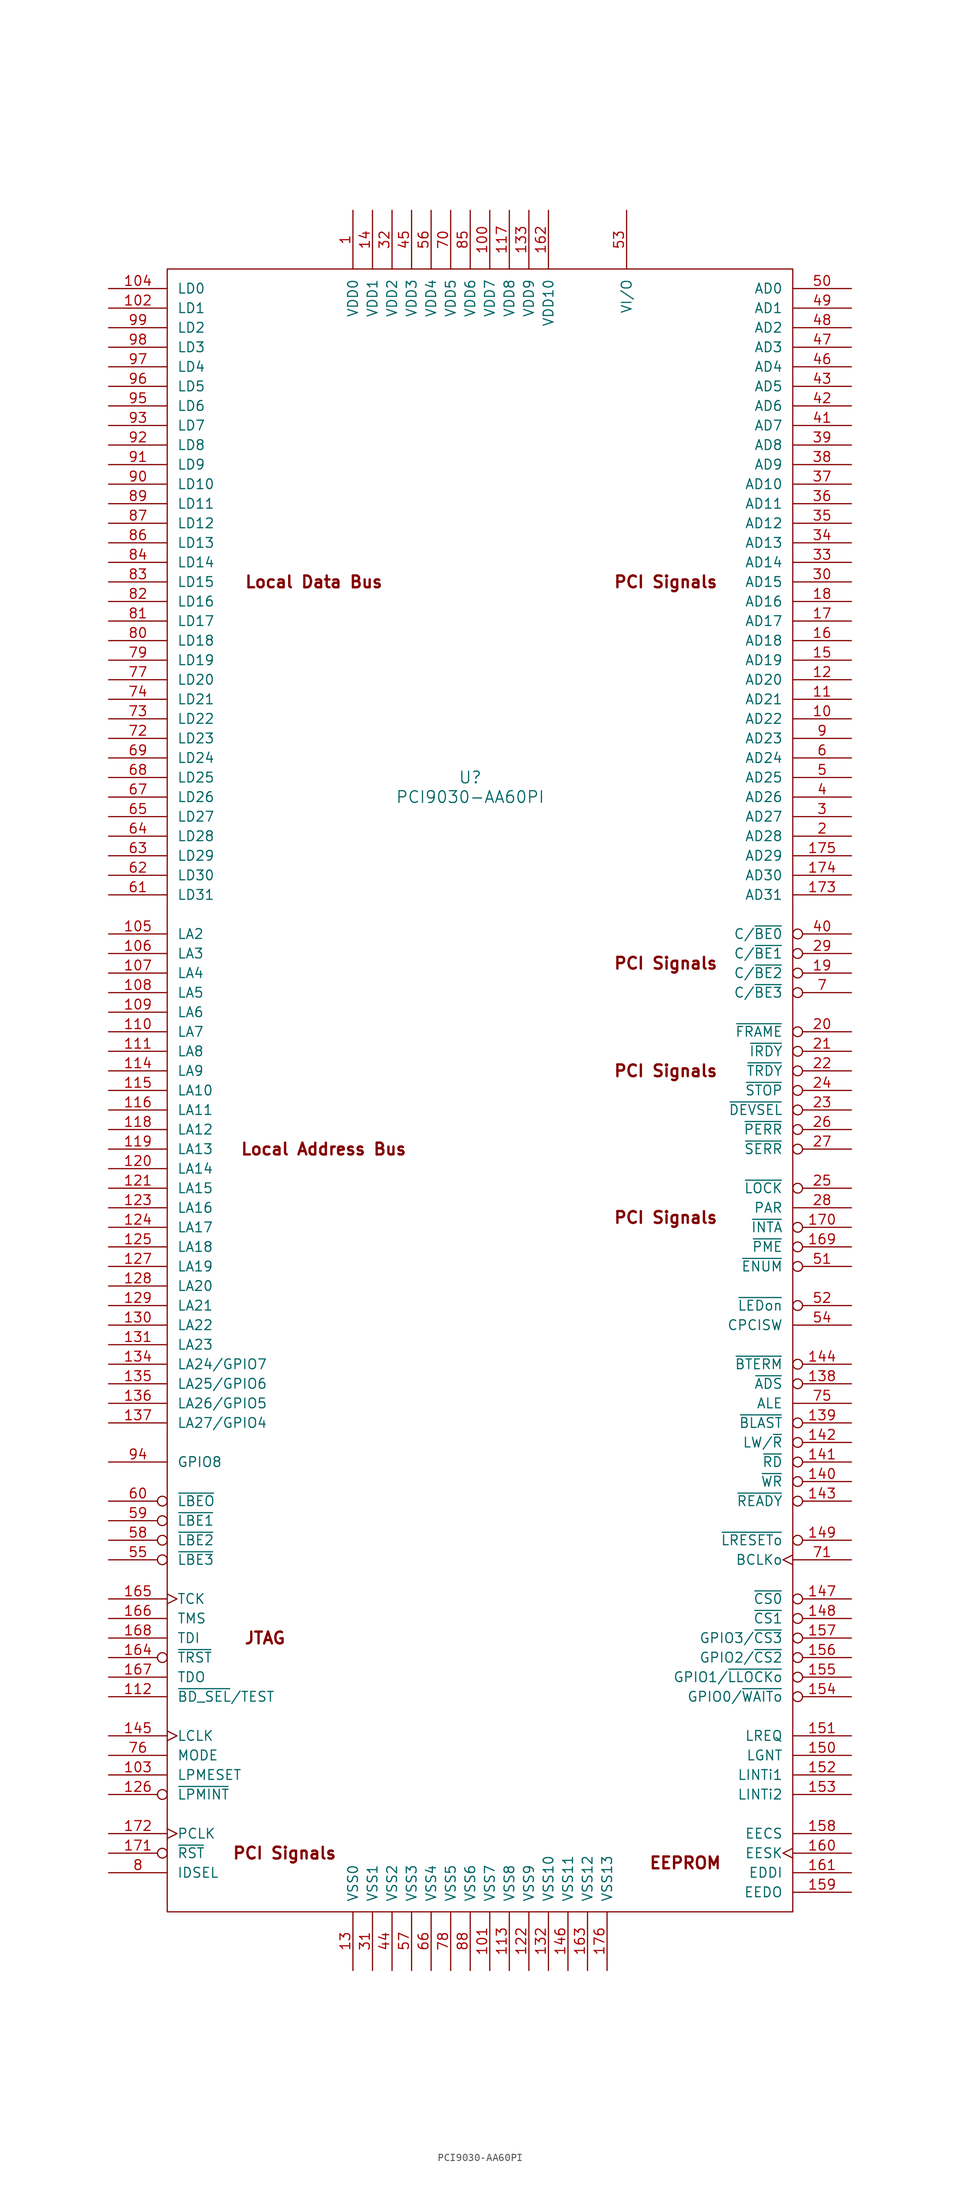
<source format=kicad_sym>
(kicad_symbol_lib
  (version 20220914)
  (generator kicad_symbol_editor)
  (symbol "PCI9030-AA60PI"
    (pin_names
      (offset 1.27))
    (property "Reference" "U"
      (at 46.99 -63.5 0)
      (effects (font (size 1.524 1.524))))
    (property "Value" "PCI9030-AA60PI"
      (at 46.99 -66.04 0)
      (effects (font (size 1.524 1.524))))
    (symbol "PCI9030-AA60PI_0_0"
      (text "EEPROM" (at 74.93 -204.47 0) (effects (font (size 1.524 1.524) bold)))
      (text "JTAG" (at 20.32 -175.26 0) (effects (font (size 1.524 1.524) bold)))
      (text "Local Address Bus" (at 27.94 -111.76 0) (effects (font (size 1.524 1.524) bold)))
      (text "Local Data Bus" (at 26.67 -38.1 0) (effects (font (size 1.524 1.524) bold)))
      (text "PCI Signals" (at 22.86 -203.2 0) (effects (font (size 1.524 1.524) bold)))
      (text "PCI Signals" (at 72.39 -120.65 0) (effects (font (size 1.524 1.524) bold)))
      (text "PCI Signals" (at 72.39 -101.6 0) (effects (font (size 1.524 1.524) bold)))
      (text "PCI Signals" (at 72.39 -87.63 0) (effects (font (size 1.524 1.524) bold)))
      (text "PCI Signals" (at 72.39 -38.1 0) (effects (font (size 1.524 1.524) bold))))
    (symbol "PCI9030-AA60PI_0_1"
      (rectangle (start 7.62 2.54) (end 88.9 -210.82) (stroke (width 0) (type default)) (fill (type none)))
      (rectangle (start 88.9 -210.82) (end 88.9 -210.82) (stroke (width 0) (type default)) (fill (type none))))
    (symbol "PCI9030-AA60PI_1_1"
      (pin power_in line (at 31.75 10.16 270) (length 7.62) (name "VDD0" (effects (font (size 1.27 1.27)))) (number "1" (effects (font (size 1.27 1.27)))))
      (pin bidirectional line (at 96.52 -55.88 180) (length 7.62) (name "AD22" (effects (font (size 1.27 1.27)))) (number "10" (effects (font (size 1.27 1.27)))))
      (pin power_in line (at 49.53 10.16 270) (length 7.62) (name "VDD7" (effects (font (size 1.27 1.27)))) (number "100" (effects (font (size 1.27 1.27)))))
      (pin power_in line (at 49.53 -218.44 90) (length 7.62) (name "VSS7" (effects (font (size 1.27 1.27)))) (number "101" (effects (font (size 1.27 1.27)))))
      (pin bidirectional line (at 0 -2.54 0) (length 7.62) (name "LD1" (effects (font (size 1.27 1.27)))) (number "102" (effects (font (size 1.27 1.27)))))
      (pin input line (at 0 -193.04 0) (length 7.62) (name "LPMESET" (effects (font (size 1.27 1.27)))) (number "103" (effects (font (size 1.27 1.27)))))
      (pin bidirectional line (at 0 0 0) (length 7.62) (name "LD0" (effects (font (size 1.27 1.27)))) (number "104" (effects (font (size 1.27 1.27)))))
      (pin output line (at 0 -83.82 0) (length 7.62) (name "LA2" (effects (font (size 1.27 1.27)))) (number "105" (effects (font (size 1.27 1.27)))))
      (pin output line (at 0 -86.36 0) (length 7.62) (name "LA3" (effects (font (size 1.27 1.27)))) (number "106" (effects (font (size 1.27 1.27)))))
      (pin output line (at 0 -88.9 0) (length 7.62) (name "LA4" (effects (font (size 1.27 1.27)))) (number "107" (effects (font (size 1.27 1.27)))))
      (pin output line (at 0 -91.44 0) (length 7.62) (name "LA5" (effects (font (size 1.27 1.27)))) (number "108" (effects (font (size 1.27 1.27)))))
      (pin output line (at 0 -93.98 0) (length 7.62) (name "LA6" (effects (font (size 1.27 1.27)))) (number "109" (effects (font (size 1.27 1.27)))))
      (pin bidirectional line (at 96.52 -53.34 180) (length 7.62) (name "AD21" (effects (font (size 1.27 1.27)))) (number "11" (effects (font (size 1.27 1.27)))))
      (pin output line (at 0 -96.52 0) (length 7.62) (name "LA7" (effects (font (size 1.27 1.27)))) (number "110" (effects (font (size 1.27 1.27)))))
      (pin output line (at 0 -99.06 0) (length 7.62) (name "LA8" (effects (font (size 1.27 1.27)))) (number "111" (effects (font (size 1.27 1.27)))))
      (pin input line (at 0 -182.88 0) (length 7.62) (name "~{BD_SEL}/TEST" (effects (font (size 1.27 1.27)))) (number "112" (effects (font (size 1.27 1.27)))))
      (pin power_in line (at 52.07 -218.44 90) (length 7.62) (name "VSS8" (effects (font (size 1.27 1.27)))) (number "113" (effects (font (size 1.27 1.27)))))
      (pin output line (at 0 -101.6 0) (length 7.62) (name "LA9" (effects (font (size 1.27 1.27)))) (number "114" (effects (font (size 1.27 1.27)))))
      (pin output line (at 0 -104.14 0) (length 7.62) (name "LA10" (effects (font (size 1.27 1.27)))) (number "115" (effects (font (size 1.27 1.27)))))
      (pin output line (at 0 -106.68 0) (length 7.62) (name "LA11" (effects (font (size 1.27 1.27)))) (number "116" (effects (font (size 1.27 1.27)))))
      (pin power_in line (at 52.07 10.16 270) (length 7.62) (name "VDD8" (effects (font (size 1.27 1.27)))) (number "117" (effects (font (size 1.27 1.27)))))
      (pin output line (at 0 -109.22 0) (length 7.62) (name "LA12" (effects (font (size 1.27 1.27)))) (number "118" (effects (font (size 1.27 1.27)))))
      (pin output line (at 0 -111.76 0) (length 7.62) (name "LA13" (effects (font (size 1.27 1.27)))) (number "119" (effects (font (size 1.27 1.27)))))
      (pin bidirectional line (at 96.52 -50.8 180) (length 7.62) (name "AD20" (effects (font (size 1.27 1.27)))) (number "12" (effects (font (size 1.27 1.27)))))
      (pin output line (at 0 -114.3 0) (length 7.62) (name "LA14" (effects (font (size 1.27 1.27)))) (number "120" (effects (font (size 1.27 1.27)))))
      (pin output line (at 0 -116.84 0) (length 7.62) (name "LA15" (effects (font (size 1.27 1.27)))) (number "121" (effects (font (size 1.27 1.27)))))
      (pin power_in line (at 54.61 -218.44 90) (length 7.62) (name "VSS9" (effects (font (size 1.27 1.27)))) (number "122" (effects (font (size 1.27 1.27)))))
      (pin output line (at 0 -119.38 0) (length 7.62) (name "LA16" (effects (font (size 1.27 1.27)))) (number "123" (effects (font (size 1.27 1.27)))))
      (pin output line (at 0 -121.92 0) (length 7.62) (name "LA17" (effects (font (size 1.27 1.27)))) (number "124" (effects (font (size 1.27 1.27)))))
      (pin output line (at 0 -124.46 0) (length 7.62) (name "LA18" (effects (font (size 1.27 1.27)))) (number "125" (effects (font (size 1.27 1.27)))))
      (pin output inverted (at 0 -195.58 0) (length 7.62) (name "~{LPMINT}" (effects (font (size 1.27 1.27)))) (number "126" (effects (font (size 1.27 1.27)))))
      (pin output line (at 0 -127 0) (length 7.62) (name "LA19" (effects (font (size 1.27 1.27)))) (number "127" (effects (font (size 1.27 1.27)))))
      (pin output line (at 0 -129.54 0) (length 7.62) (name "LA20" (effects (font (size 1.27 1.27)))) (number "128" (effects (font (size 1.27 1.27)))))
      (pin output line (at 0 -132.08 0) (length 7.62) (name "LA21" (effects (font (size 1.27 1.27)))) (number "129" (effects (font (size 1.27 1.27)))))
      (pin power_in line (at 31.75 -218.44 90) (length 7.62) (name "VSS0" (effects (font (size 1.27 1.27)))) (number "13" (effects (font (size 1.27 1.27)))))
      (pin output line (at 0 -134.62 0) (length 7.62) (name "LA22" (effects (font (size 1.27 1.27)))) (number "130" (effects (font (size 1.27 1.27)))))
      (pin output line (at 0 -137.16 0) (length 7.62) (name "LA23" (effects (font (size 1.27 1.27)))) (number "131" (effects (font (size 1.27 1.27)))))
      (pin power_in line (at 57.15 -218.44 90) (length 7.62) (name "VSS10" (effects (font (size 1.27 1.27)))) (number "132" (effects (font (size 1.27 1.27)))))
      (pin power_in line (at 54.61 10.16 270) (length 7.62) (name "VDD9" (effects (font (size 1.27 1.27)))) (number "133" (effects (font (size 1.27 1.27)))))
      (pin output line (at 0 -139.7 0) (length 7.62) (name "LA24/GPIO7" (effects (font (size 1.27 1.27)))) (number "134" (effects (font (size 1.27 1.27)))))
      (pin output line (at 0 -142.24 0) (length 7.62) (name "LA25/GPIO6" (effects (font (size 1.27 1.27)))) (number "135" (effects (font (size 1.27 1.27)))))
      (pin output line (at 0 -144.78 0) (length 7.62) (name "LA26/GPIO5" (effects (font (size 1.27 1.27)))) (number "136" (effects (font (size 1.27 1.27)))))
      (pin output line (at 0 -147.32 0) (length 7.62) (name "LA27/GPIO4" (effects (font (size 1.27 1.27)))) (number "137" (effects (font (size 1.27 1.27)))))
      (pin output inverted (at 96.52 -142.24 180) (length 7.62) (name "~{ADS}" (effects (font (size 1.27 1.27)))) (number "138" (effects (font (size 1.27 1.27)))))
      (pin output inverted (at 96.52 -147.32 180) (length 7.62) (name "~{BLAST}" (effects (font (size 1.27 1.27)))) (number "139" (effects (font (size 1.27 1.27)))))
      (pin power_in line (at 34.29 10.16 270) (length 7.62) (name "VDD1" (effects (font (size 1.27 1.27)))) (number "14" (effects (font (size 1.27 1.27)))))
      (pin output inverted (at 96.52 -154.94 180) (length 7.62) (name "~{WR}" (effects (font (size 1.27 1.27)))) (number "140" (effects (font (size 1.27 1.27)))))
      (pin output inverted (at 96.52 -152.4 180) (length 7.62) (name "~{RD}" (effects (font (size 1.27 1.27)))) (number "141" (effects (font (size 1.27 1.27)))))
      (pin output inverted (at 96.52 -149.86 180) (length 7.62) (name "LW/~{R}" (effects (font (size 1.27 1.27)))) (number "142" (effects (font (size 1.27 1.27)))))
      (pin input inverted (at 96.52 -157.48 180) (length 7.62) (name "~{READY}" (effects (font (size 1.27 1.27)))) (number "143" (effects (font (size 1.27 1.27)))))
      (pin input inverted (at 96.52 -139.7 180) (length 7.62) (name "~{BTERM}" (effects (font (size 1.27 1.27)))) (number "144" (effects (font (size 1.27 1.27)))))
      (pin input clock (at 0 -187.96 0) (length 7.62) (name "LCLK" (effects (font (size 1.27 1.27)))) (number "145" (effects (font (size 1.27 1.27)))))
      (pin power_in line (at 59.69 -218.44 90) (length 7.62) (name "VSS11" (effects (font (size 1.27 1.27)))) (number "146" (effects (font (size 1.27 1.27)))))
      (pin output inverted (at 96.52 -170.18 180) (length 7.62) (name "~{CS0}" (effects (font (size 1.27 1.27)))) (number "147" (effects (font (size 1.27 1.27)))))
      (pin output inverted (at 96.52 -172.72 180) (length 7.62) (name "~{CS1}" (effects (font (size 1.27 1.27)))) (number "148" (effects (font (size 1.27 1.27)))))
      (pin output inverted (at 96.52 -162.56 180) (length 7.62) (name "~{LRESETo}" (effects (font (size 1.27 1.27)))) (number "149" (effects (font (size 1.27 1.27)))))
      (pin bidirectional line (at 96.52 -48.26 180) (length 7.62) (name "AD19" (effects (font (size 1.27 1.27)))) (number "15" (effects (font (size 1.27 1.27)))))
      (pin output line (at 96.52 -190.5 180) (length 7.62) (name "LGNT" (effects (font (size 1.27 1.27)))) (number "150" (effects (font (size 1.27 1.27)))))
      (pin input line (at 96.52 -187.96 180) (length 7.62) (name "LREQ" (effects (font (size 1.27 1.27)))) (number "151" (effects (font (size 1.27 1.27)))))
      (pin input line (at 96.52 -193.04 180) (length 7.62) (name "LINTi1" (effects (font (size 1.27 1.27)))) (number "152" (effects (font (size 1.27 1.27)))))
      (pin input line (at 96.52 -195.58 180) (length 7.62) (name "LINTi2" (effects (font (size 1.27 1.27)))) (number "153" (effects (font (size 1.27 1.27)))))
      (pin bidirectional inverted (at 96.52 -182.88 180) (length 7.62) (name "GPIO0/~{WAITo}" (effects (font (size 1.27 1.27)))) (number "154" (effects (font (size 1.27 1.27)))))
      (pin bidirectional inverted (at 96.52 -180.34 180) (length 7.62) (name "GPIO1/~{LLOCKo}" (effects (font (size 1.27 1.27)))) (number "155" (effects (font (size 1.27 1.27)))))
      (pin bidirectional inverted (at 96.52 -177.8 180) (length 7.62) (name "GPIO2/~{CS2}" (effects (font (size 1.27 1.27)))) (number "156" (effects (font (size 1.27 1.27)))))
      (pin bidirectional inverted (at 96.52 -175.26 180) (length 7.62) (name "GPIO3/~{CS3}" (effects (font (size 1.27 1.27)))) (number "157" (effects (font (size 1.27 1.27)))))
      (pin output line (at 96.52 -200.66 180) (length 7.62) (name "EECS" (effects (font (size 1.27 1.27)))) (number "158" (effects (font (size 1.27 1.27)))))
      (pin input line (at 96.52 -208.28 180) (length 7.62) (name "EEDO" (effects (font (size 1.27 1.27)))) (number "159" (effects (font (size 1.27 1.27)))))
      (pin bidirectional line (at 96.52 -45.72 180) (length 7.62) (name "AD18" (effects (font (size 1.27 1.27)))) (number "16" (effects (font (size 1.27 1.27)))))
      (pin output clock (at 96.52 -203.2 180) (length 7.62) (name "EESK" (effects (font (size 1.27 1.27)))) (number "160" (effects (font (size 1.27 1.27)))))
      (pin output line (at 96.52 -205.74 180) (length 7.62) (name "EDDI" (effects (font (size 1.27 1.27)))) (number "161" (effects (font (size 1.27 1.27)))))
      (pin power_in line (at 57.15 10.16 270) (length 7.62) (name "VDD10" (effects (font (size 1.27 1.27)))) (number "162" (effects (font (size 1.27 1.27)))))
      (pin power_in line (at 62.23 -218.44 90) (length 7.62) (name "VSS12" (effects (font (size 1.27 1.27)))) (number "163" (effects (font (size 1.27 1.27)))))
      (pin input inverted (at 0 -177.8 0) (length 7.62) (name "~{TRST}" (effects (font (size 1.27 1.27)))) (number "164" (effects (font (size 1.27 1.27)))))
      (pin input clock (at 0 -170.18 0) (length 7.62) (name "TCK" (effects (font (size 1.27 1.27)))) (number "165" (effects (font (size 1.27 1.27)))))
      (pin input line (at 0 -172.72 0) (length 7.62) (name "TMS" (effects (font (size 1.27 1.27)))) (number "166" (effects (font (size 1.27 1.27)))))
      (pin output line (at 0 -180.34 0) (length 7.62) (name "TDO" (effects (font (size 1.27 1.27)))) (number "167" (effects (font (size 1.27 1.27)))))
      (pin input line (at 0 -175.26 0) (length 7.62) (name "TDI" (effects (font (size 1.27 1.27)))) (number "168" (effects (font (size 1.27 1.27)))))
      (pin output inverted (at 96.52 -124.46 180) (length 7.62) (name "~{PME}" (effects (font (size 1.27 1.27)))) (number "169" (effects (font (size 1.27 1.27)))))
      (pin bidirectional line (at 96.52 -43.18 180) (length 7.62) (name "AD17" (effects (font (size 1.27 1.27)))) (number "17" (effects (font (size 1.27 1.27)))))
      (pin output inverted (at 96.52 -121.92 180) (length 7.62) (name "~{INTA}" (effects (font (size 1.27 1.27)))) (number "170" (effects (font (size 1.27 1.27)))))
      (pin input inverted (at 0 -203.2 0) (length 7.62) (name "~{RST}" (effects (font (size 1.27 1.27)))) (number "171" (effects (font (size 1.27 1.27)))))
      (pin input clock (at 0 -200.66 0) (length 7.62) (name "PCLK" (effects (font (size 1.27 1.27)))) (number "172" (effects (font (size 1.27 1.27)))))
      (pin bidirectional line (at 96.52 -78.74 180) (length 7.62) (name "AD31" (effects (font (size 1.27 1.27)))) (number "173" (effects (font (size 1.27 1.27)))))
      (pin bidirectional line (at 96.52 -76.2 180) (length 7.62) (name "AD30" (effects (font (size 1.27 1.27)))) (number "174" (effects (font (size 1.27 1.27)))))
      (pin bidirectional line (at 96.52 -73.66 180) (length 7.62) (name "AD29" (effects (font (size 1.27 1.27)))) (number "175" (effects (font (size 1.27 1.27)))))
      (pin power_in line (at 64.77 -218.44 90) (length 7.62) (name "VSS13" (effects (font (size 1.27 1.27)))) (number "176" (effects (font (size 1.27 1.27)))))
      (pin bidirectional line (at 96.52 -40.64 180) (length 7.62) (name "AD16" (effects (font (size 1.27 1.27)))) (number "18" (effects (font (size 1.27 1.27)))))
      (pin input inverted (at 96.52 -88.9 180) (length 7.62) (name "C/~{BE2}" (effects (font (size 1.27 1.27)))) (number "19" (effects (font (size 1.27 1.27)))))
      (pin bidirectional line (at 96.52 -71.12 180) (length 7.62) (name "AD28" (effects (font (size 1.27 1.27)))) (number "2" (effects (font (size 1.27 1.27)))))
      (pin input inverted (at 96.52 -96.52 180) (length 7.62) (name "~{FRAME}" (effects (font (size 1.27 1.27)))) (number "20" (effects (font (size 1.27 1.27)))))
      (pin input inverted (at 96.52 -99.06 180) (length 7.62) (name "~{IRDY}" (effects (font (size 1.27 1.27)))) (number "21" (effects (font (size 1.27 1.27)))))
      (pin output inverted (at 96.52 -101.6 180) (length 7.62) (name "~{TRDY}" (effects (font (size 1.27 1.27)))) (number "22" (effects (font (size 1.27 1.27)))))
      (pin output inverted (at 96.52 -106.68 180) (length 7.62) (name "~{DEVSEL}" (effects (font (size 1.27 1.27)))) (number "23" (effects (font (size 1.27 1.27)))))
      (pin output inverted (at 96.52 -104.14 180) (length 7.62) (name "~{STOP}" (effects (font (size 1.27 1.27)))) (number "24" (effects (font (size 1.27 1.27)))))
      (pin input inverted (at 96.52 -116.84 180) (length 7.62) (name "~{LOCK}" (effects (font (size 1.27 1.27)))) (number "25" (effects (font (size 1.27 1.27)))))
      (pin output inverted (at 96.52 -109.22 180) (length 7.62) (name "~{PERR}" (effects (font (size 1.27 1.27)))) (number "26" (effects (font (size 1.27 1.27)))))
      (pin output inverted (at 96.52 -111.76 180) (length 7.62) (name "~{SERR}" (effects (font (size 1.27 1.27)))) (number "27" (effects (font (size 1.27 1.27)))))
      (pin bidirectional line (at 96.52 -119.38 180) (length 7.62) (name "PAR" (effects (font (size 1.27 1.27)))) (number "28" (effects (font (size 1.27 1.27)))))
      (pin input inverted (at 96.52 -86.36 180) (length 7.62) (name "C/~{BE1}" (effects (font (size 1.27 1.27)))) (number "29" (effects (font (size 1.27 1.27)))))
      (pin bidirectional line (at 96.52 -68.58 180) (length 7.62) (name "AD27" (effects (font (size 1.27 1.27)))) (number "3" (effects (font (size 1.27 1.27)))))
      (pin bidirectional line (at 96.52 -38.1 180) (length 7.62) (name "AD15" (effects (font (size 1.27 1.27)))) (number "30" (effects (font (size 1.27 1.27)))))
      (pin power_in line (at 34.29 -218.44 90) (length 7.62) (name "VSS1" (effects (font (size 1.27 1.27)))) (number "31" (effects (font (size 1.27 1.27)))))
      (pin power_in line (at 36.83 10.16 270) (length 7.62) (name "VDD2" (effects (font (size 1.27 1.27)))) (number "32" (effects (font (size 1.27 1.27)))))
      (pin bidirectional line (at 96.52 -35.56 180) (length 7.62) (name "AD14" (effects (font (size 1.27 1.27)))) (number "33" (effects (font (size 1.27 1.27)))))
      (pin bidirectional line (at 96.52 -33.02 180) (length 7.62) (name "AD13" (effects (font (size 1.27 1.27)))) (number "34" (effects (font (size 1.27 1.27)))))
      (pin bidirectional line (at 96.52 -30.48 180) (length 7.62) (name "AD12" (effects (font (size 1.27 1.27)))) (number "35" (effects (font (size 1.27 1.27)))))
      (pin bidirectional line (at 96.52 -27.94 180) (length 7.62) (name "AD11" (effects (font (size 1.27 1.27)))) (number "36" (effects (font (size 1.27 1.27)))))
      (pin bidirectional line (at 96.52 -25.4 180) (length 7.62) (name "AD10" (effects (font (size 1.27 1.27)))) (number "37" (effects (font (size 1.27 1.27)))))
      (pin bidirectional line (at 96.52 -22.86 180) (length 7.62) (name "AD9" (effects (font (size 1.27 1.27)))) (number "38" (effects (font (size 1.27 1.27)))))
      (pin bidirectional line (at 96.52 -20.32 180) (length 7.62) (name "AD8" (effects (font (size 1.27 1.27)))) (number "39" (effects (font (size 1.27 1.27)))))
      (pin bidirectional line (at 96.52 -66.04 180) (length 7.62) (name "AD26" (effects (font (size 1.27 1.27)))) (number "4" (effects (font (size 1.27 1.27)))))
      (pin input inverted (at 96.52 -83.82 180) (length 7.62) (name "C/~{BE0}" (effects (font (size 1.27 1.27)))) (number "40" (effects (font (size 1.27 1.27)))))
      (pin bidirectional line (at 96.52 -17.78 180) (length 7.62) (name "AD7" (effects (font (size 1.27 1.27)))) (number "41" (effects (font (size 1.27 1.27)))))
      (pin bidirectional line (at 96.52 -15.24 180) (length 7.62) (name "AD6" (effects (font (size 1.27 1.27)))) (number "42" (effects (font (size 1.27 1.27)))))
      (pin bidirectional line (at 96.52 -12.7 180) (length 7.62) (name "AD5" (effects (font (size 1.27 1.27)))) (number "43" (effects (font (size 1.27 1.27)))))
      (pin power_in line (at 36.83 -218.44 90) (length 7.62) (name "VSS2" (effects (font (size 1.27 1.27)))) (number "44" (effects (font (size 1.27 1.27)))))
      (pin power_in line (at 39.37 10.16 270) (length 7.62) (name "VDD3" (effects (font (size 1.27 1.27)))) (number "45" (effects (font (size 1.27 1.27)))))
      (pin bidirectional line (at 96.52 -10.16 180) (length 7.62) (name "AD4" (effects (font (size 1.27 1.27)))) (number "46" (effects (font (size 1.27 1.27)))))
      (pin bidirectional line (at 96.52 -7.62 180) (length 7.62) (name "AD3" (effects (font (size 1.27 1.27)))) (number "47" (effects (font (size 1.27 1.27)))))
      (pin bidirectional line (at 96.52 -5.08 180) (length 7.62) (name "AD2" (effects (font (size 1.27 1.27)))) (number "48" (effects (font (size 1.27 1.27)))))
      (pin bidirectional line (at 96.52 -2.54 180) (length 7.62) (name "AD1" (effects (font (size 1.27 1.27)))) (number "49" (effects (font (size 1.27 1.27)))))
      (pin bidirectional line (at 96.52 -63.5 180) (length 7.62) (name "AD25" (effects (font (size 1.27 1.27)))) (number "5" (effects (font (size 1.27 1.27)))))
      (pin bidirectional line (at 96.52 0 180) (length 7.62) (name "AD0" (effects (font (size 1.27 1.27)))) (number "50" (effects (font (size 1.27 1.27)))))
      (pin output inverted (at 96.52 -127 180) (length 7.62) (name "~{ENUM}" (effects (font (size 1.27 1.27)))) (number "51" (effects (font (size 1.27 1.27)))))
      (pin output inverted (at 96.52 -132.08 180) (length 7.62) (name "~{LEDon}" (effects (font (size 1.27 1.27)))) (number "52" (effects (font (size 1.27 1.27)))))
      (pin power_in line (at 67.31 10.16 270) (length 7.62) (name "VI/O" (effects (font (size 1.27 1.27)))) (number "53" (effects (font (size 1.27 1.27)))))
      (pin input line (at 96.52 -134.62 180) (length 7.62) (name "CPCISW" (effects (font (size 1.27 1.27)))) (number "54" (effects (font (size 1.27 1.27)))))
      (pin output inverted (at 0 -165.1 0) (length 7.62) (name "~{LBE3}" (effects (font (size 1.27 1.27)))) (number "55" (effects (font (size 1.27 1.27)))))
      (pin power_in line (at 41.91 10.16 270) (length 7.62) (name "VDD4" (effects (font (size 1.27 1.27)))) (number "56" (effects (font (size 1.27 1.27)))))
      (pin power_in line (at 39.37 -218.44 90) (length 7.62) (name "VSS3" (effects (font (size 1.27 1.27)))) (number "57" (effects (font (size 1.27 1.27)))))
      (pin output inverted (at 0 -162.56 0) (length 7.62) (name "~{LBE2}" (effects (font (size 1.27 1.27)))) (number "58" (effects (font (size 1.27 1.27)))))
      (pin output inverted (at 0 -160.02 0) (length 7.62) (name "~{LBE1}" (effects (font (size 1.27 1.27)))) (number "59" (effects (font (size 1.27 1.27)))))
      (pin bidirectional line (at 96.52 -60.96 180) (length 7.62) (name "AD24" (effects (font (size 1.27 1.27)))) (number "6" (effects (font (size 1.27 1.27)))))
      (pin output inverted (at 0 -157.48 0) (length 7.62) (name "~{LBEO}" (effects (font (size 1.27 1.27)))) (number "60" (effects (font (size 1.27 1.27)))))
      (pin bidirectional line (at 0 -78.74 0) (length 7.62) (name "LD31" (effects (font (size 1.27 1.27)))) (number "61" (effects (font (size 1.27 1.27)))))
      (pin bidirectional line (at 0 -76.2 0) (length 7.62) (name "LD30" (effects (font (size 1.27 1.27)))) (number "62" (effects (font (size 1.27 1.27)))))
      (pin bidirectional line (at 0 -73.66 0) (length 7.62) (name "LD29" (effects (font (size 1.27 1.27)))) (number "63" (effects (font (size 1.27 1.27)))))
      (pin bidirectional line (at 0 -71.12 0) (length 7.62) (name "LD28" (effects (font (size 1.27 1.27)))) (number "64" (effects (font (size 1.27 1.27)))))
      (pin bidirectional line (at 0 -68.58 0) (length 7.62) (name "LD27" (effects (font (size 1.27 1.27)))) (number "65" (effects (font (size 1.27 1.27)))))
      (pin power_in line (at 41.91 -218.44 90) (length 7.62) (name "VSS4" (effects (font (size 1.27 1.27)))) (number "66" (effects (font (size 1.27 1.27)))))
      (pin bidirectional line (at 0 -66.04 0) (length 7.62) (name "LD26" (effects (font (size 1.27 1.27)))) (number "67" (effects (font (size 1.27 1.27)))))
      (pin bidirectional line (at 0 -63.5 0) (length 7.62) (name "LD25" (effects (font (size 1.27 1.27)))) (number "68" (effects (font (size 1.27 1.27)))))
      (pin bidirectional line (at 0 -60.96 0) (length 7.62) (name "LD24" (effects (font (size 1.27 1.27)))) (number "69" (effects (font (size 1.27 1.27)))))
      (pin input inverted (at 96.52 -91.44 180) (length 7.62) (name "C/~{BE3}" (effects (font (size 1.27 1.27)))) (number "7" (effects (font (size 1.27 1.27)))))
      (pin power_in line (at 44.45 10.16 270) (length 7.62) (name "VDD5" (effects (font (size 1.27 1.27)))) (number "70" (effects (font (size 1.27 1.27)))))
      (pin output clock (at 96.52 -165.1 180) (length 7.62) (name "BCLKo" (effects (font (size 1.27 1.27)))) (number "71" (effects (font (size 1.27 1.27)))))
      (pin bidirectional line (at 0 -58.42 0) (length 7.62) (name "LD23" (effects (font (size 1.27 1.27)))) (number "72" (effects (font (size 1.27 1.27)))))
      (pin bidirectional line (at 0 -55.88 0) (length 7.62) (name "LD22" (effects (font (size 1.27 1.27)))) (number "73" (effects (font (size 1.27 1.27)))))
      (pin bidirectional line (at 0 -53.34 0) (length 7.62) (name "LD21" (effects (font (size 1.27 1.27)))) (number "74" (effects (font (size 1.27 1.27)))))
      (pin output line (at 96.52 -144.78 180) (length 7.62) (name "ALE" (effects (font (size 1.27 1.27)))) (number "75" (effects (font (size 1.27 1.27)))))
      (pin input line (at 0 -190.5 0) (length 7.62) (name "MODE" (effects (font (size 1.27 1.27)))) (number "76" (effects (font (size 1.27 1.27)))))
      (pin bidirectional line (at 0 -50.8 0) (length 7.62) (name "LD20" (effects (font (size 1.27 1.27)))) (number "77" (effects (font (size 1.27 1.27)))))
      (pin power_in line (at 44.45 -218.44 90) (length 7.62) (name "VSS5" (effects (font (size 1.27 1.27)))) (number "78" (effects (font (size 1.27 1.27)))))
      (pin bidirectional line (at 0 -48.26 0) (length 7.62) (name "LD19" (effects (font (size 1.27 1.27)))) (number "79" (effects (font (size 1.27 1.27)))))
      (pin input line (at 0 -205.74 0) (length 7.62) (name "IDSEL" (effects (font (size 1.27 1.27)))) (number "8" (effects (font (size 1.27 1.27)))))
      (pin bidirectional line (at 0 -45.72 0) (length 7.62) (name "LD18" (effects (font (size 1.27 1.27)))) (number "80" (effects (font (size 1.27 1.27)))))
      (pin bidirectional line (at 0 -43.18 0) (length 7.62) (name "LD17" (effects (font (size 1.27 1.27)))) (number "81" (effects (font (size 1.27 1.27)))))
      (pin bidirectional line (at 0 -40.64 0) (length 7.62) (name "LD16" (effects (font (size 1.27 1.27)))) (number "82" (effects (font (size 1.27 1.27)))))
      (pin bidirectional line (at 0 -38.1 0) (length 7.62) (name "LD15" (effects (font (size 1.27 1.27)))) (number "83" (effects (font (size 1.27 1.27)))))
      (pin bidirectional line (at 0 -35.56 0) (length 7.62) (name "LD14" (effects (font (size 1.27 1.27)))) (number "84" (effects (font (size 1.27 1.27)))))
      (pin power_in line (at 46.99 10.16 270) (length 7.62) (name "VDD6" (effects (font (size 1.27 1.27)))) (number "85" (effects (font (size 1.27 1.27)))))
      (pin bidirectional line (at 0 -33.02 0) (length 7.62) (name "LD13" (effects (font (size 1.27 1.27)))) (number "86" (effects (font (size 1.27 1.27)))))
      (pin bidirectional line (at 0 -30.48 0) (length 7.62) (name "LD12" (effects (font (size 1.27 1.27)))) (number "87" (effects (font (size 1.27 1.27)))))
      (pin power_in line (at 46.99 -218.44 90) (length 7.62) (name "VSS6" (effects (font (size 1.27 1.27)))) (number "88" (effects (font (size 1.27 1.27)))))
      (pin bidirectional line (at 0 -27.94 0) (length 7.62) (name "LD11" (effects (font (size 1.27 1.27)))) (number "89" (effects (font (size 1.27 1.27)))))
      (pin bidirectional line (at 96.52 -58.42 180) (length 7.62) (name "AD23" (effects (font (size 1.27 1.27)))) (number "9" (effects (font (size 1.27 1.27)))))
      (pin bidirectional line (at 0 -25.4 0) (length 7.62) (name "LD10" (effects (font (size 1.27 1.27)))) (number "90" (effects (font (size 1.27 1.27)))))
      (pin bidirectional line (at 0 -22.86 0) (length 7.62) (name "LD9" (effects (font (size 1.27 1.27)))) (number "91" (effects (font (size 1.27 1.27)))))
      (pin bidirectional line (at 0 -20.32 0) (length 7.62) (name "LD8" (effects (font (size 1.27 1.27)))) (number "92" (effects (font (size 1.27 1.27)))))
      (pin bidirectional line (at 0 -17.78 0) (length 7.62) (name "LD7" (effects (font (size 1.27 1.27)))) (number "93" (effects (font (size 1.27 1.27)))))
      (pin bidirectional line (at 0 -152.4 0) (length 7.62) (name "GPIO8" (effects (font (size 1.27 1.27)))) (number "94" (effects (font (size 1.27 1.27)))))
      (pin bidirectional line (at 0 -15.24 0) (length 7.62) (name "LD6" (effects (font (size 1.27 1.27)))) (number "95" (effects (font (size 1.27 1.27)))))
      (pin bidirectional line (at 0 -12.7 0) (length 7.62) (name "LD5" (effects (font (size 1.27 1.27)))) (number "96" (effects (font (size 1.27 1.27)))))
      (pin bidirectional line (at 0 -10.16 0) (length 7.62) (name "LD4" (effects (font (size 1.27 1.27)))) (number "97" (effects (font (size 1.27 1.27)))))
      (pin bidirectional line (at 0 -7.62 0) (length 7.62) (name "LD3" (effects (font (size 1.27 1.27)))) (number "98" (effects (font (size 1.27 1.27)))))
      (pin bidirectional line (at 0 -5.08 0) (length 7.62) (name "LD2" (effects (font (size 1.27 1.27)))) (number "99" (effects (font (size 1.27 1.27))))))))
</source>
